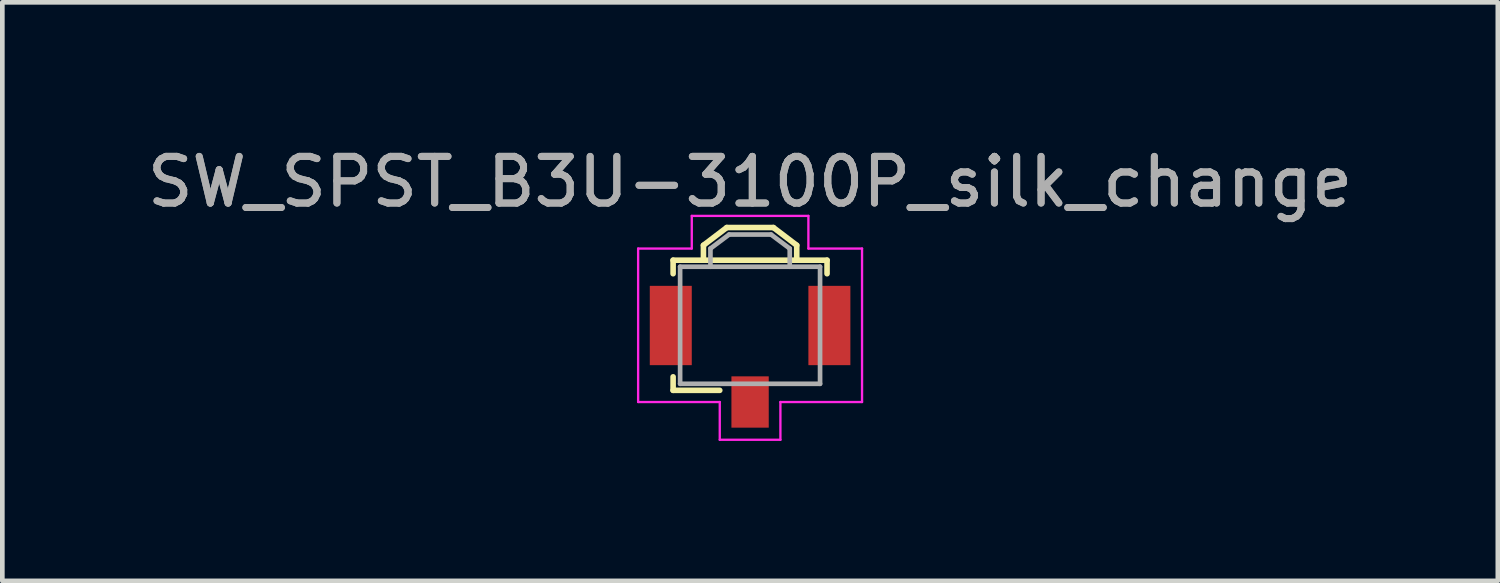
<source format=kicad_pcb>
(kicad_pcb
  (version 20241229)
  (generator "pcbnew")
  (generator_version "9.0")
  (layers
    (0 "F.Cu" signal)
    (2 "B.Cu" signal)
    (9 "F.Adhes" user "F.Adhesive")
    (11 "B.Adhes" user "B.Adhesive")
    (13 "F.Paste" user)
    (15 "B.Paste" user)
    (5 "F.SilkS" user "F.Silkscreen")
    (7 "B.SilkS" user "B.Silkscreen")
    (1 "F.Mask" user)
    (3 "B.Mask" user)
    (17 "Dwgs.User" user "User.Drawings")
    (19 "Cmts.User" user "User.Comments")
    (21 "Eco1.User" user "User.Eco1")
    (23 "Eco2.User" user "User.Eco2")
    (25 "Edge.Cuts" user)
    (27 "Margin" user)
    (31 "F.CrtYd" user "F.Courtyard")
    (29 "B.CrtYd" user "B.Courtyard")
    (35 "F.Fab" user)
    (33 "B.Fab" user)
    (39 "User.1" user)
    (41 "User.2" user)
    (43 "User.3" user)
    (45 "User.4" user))
  (footprint "SW_SPST_B3U-3100P_silk_change"
    (layer "F.Cu")
    (at 13.03 4.748)
    (property "Reference" "SW_SPST_B3U-3100P_silk_change" (at 0 -3.9 0) (layer "F.Fab") (effects (font (size 1 1) (thickness 0.15))))
    (attr smd)
    (fp_line (start -1.65 -2.22) (end 1.65 -2.22) (stroke (width 0.12) (type solid)) (layer "F.SilkS"))
    (fp_line (start -1.65 -1.93) (end -1.65 -2.22) (stroke (width 0.12) (type solid)) (layer "F.SilkS"))
    (fp_line (start -1.65 0.57) (end -1.65 0.28) (stroke (width 0.12) (type solid)) (layer "F.SilkS"))
    (fp_line (start -1.65 0.57) (end -0.65 0.57) (stroke (width 0.12) (type solid)) (layer "F.SilkS"))
    (fp_line (start -1 -2.54) (end -1 -2.22) (stroke (width 0.12) (type solid)) (layer "F.SilkS"))
    (fp_line (start -0.5 -2.92) (end -1 -2.54) (stroke (width 0.12) (type solid)) (layer "F.SilkS"))
    (fp_line (start -0.5 -2.92) (end 0.5 -2.92) (stroke (width 0.12) (type solid)) (layer "F.SilkS"))
    (fp_line (start 0.5 -2.92) (end 1 -2.54) (stroke (width 0.12) (type solid)) (layer "F.SilkS"))
    (fp_line (start 1 -2.54) (end 1 -2.22) (stroke (width 0.12) (type solid)) (layer "F.SilkS"))
    (fp_line (start 1.65 -2.22) (end 1.65 -1.93) (stroke (width 0.12) (type solid)) (layer "F.SilkS"))
    (fp_line (start -2.4 -2.47) (end -2.4 0.82) (stroke (width 0.05) (type solid)) (layer "F.CrtYd"))
    (fp_line (start -2.4 0.82) (end -0.65 0.82) (stroke (width 0.05) (type solid)) (layer "F.CrtYd"))
    (fp_line (start -1.25 -3.17) (end 1.25 -3.17) (stroke (width 0.05) (type solid)) (layer "F.CrtYd"))
    (fp_line (start -1.25 -2.47) (end -2.4 -2.47) (stroke (width 0.05) (type solid)) (layer "F.CrtYd"))
    (fp_line (start -1.25 -2.47) (end -1.25 -3.17) (stroke (width 0.05) (type solid)) (layer "F.CrtYd"))
    (fp_line (start -0.65 0.82) (end -0.65 1.63) (stroke (width 0.05) (type solid)) (layer "F.CrtYd"))
    (fp_line (start -0.65 1.63) (end 0.65 1.63) (stroke (width 0.05) (type solid)) (layer "F.CrtYd"))
    (fp_line (start 0.65 0.82) (end 2.4 0.82) (stroke (width 0.05) (type solid)) (layer "F.CrtYd"))
    (fp_line (start 0.65 1.63) (end 0.65 0.82) (stroke (width 0.05) (type solid)) (layer "F.CrtYd"))
    (fp_line (start 1.25 -3.17) (end 1.25 -2.47) (stroke (width 0.05) (type solid)) (layer "F.CrtYd"))
    (fp_line (start 1.25 -2.47) (end 2.4 -2.47) (stroke (width 0.05) (type solid)) (layer "F.CrtYd"))
    (fp_line (start 2.4 0.82) (end 2.4 -2.47) (stroke (width 0.05) (type solid)) (layer "F.CrtYd"))
    (fp_line (start -1.5 -2.08) (end 1.5 -2.08) (stroke (width 0.1) (type solid)) (layer "F.Fab"))
    (fp_line (start -1.5 0.43) (end -1.5 -2.08) (stroke (width 0.1) (type solid)) (layer "F.Fab"))
    (fp_line (start -0.85 -2.47) (end -0.45 -2.77) (stroke (width 0.1) (type solid)) (layer "F.Fab"))
    (fp_line (start -0.85 -2.08) (end -0.85 -2.47) (stroke (width 0.1) (type solid)) (layer "F.Fab"))
    (fp_line (start -0.45 -2.77) (end 0.45 -2.77) (stroke (width 0.1) (type solid)) (layer "F.Fab"))
    (fp_line (start 0.45 -2.77) (end 0.85 -2.47) (stroke (width 0.1) (type solid)) (layer "F.Fab"))
    (fp_line (start 0.85 -2.47) (end 0.85 -2.08) (stroke (width 0.1) (type solid)) (layer "F.Fab"))
    (fp_line (start 1.5 -2.08) (end 1.5 0.43) (stroke (width 0.1) (type solid)) (layer "F.Fab"))
    (fp_line (start 1.5 0.43) (end -1.5 0.43) (stroke (width 0.1) (type solid)) (layer "F.Fab"))
    (fp_text user "${REFERENCE}" (at 0 -3.9 0) (layer "F.Fab") (effects (font (size 1 1) (thickness 0.15))))
    (pad "1" smd rect (at -1.7 -0.82) (size 0.9 1.7) (layers "F.Cu" "F.Mask" "F.Paste"))
    (pad "2" smd rect (at 1.7 -0.82) (size 0.9 1.7) (layers "F.Cu" "F.Mask" "F.Paste"))
    (pad "3" smd rect (at 0 0.82) (size 0.8 1.1) (layers "F.Cu" "F.Mask" "F.Paste")))
  (gr_rect
    (start -3 -3)
    (end 29.06 9.403)
    (stroke (width 0.1) (type default))
    (fill no)
    (layer "Edge.Cuts")))
</source>
